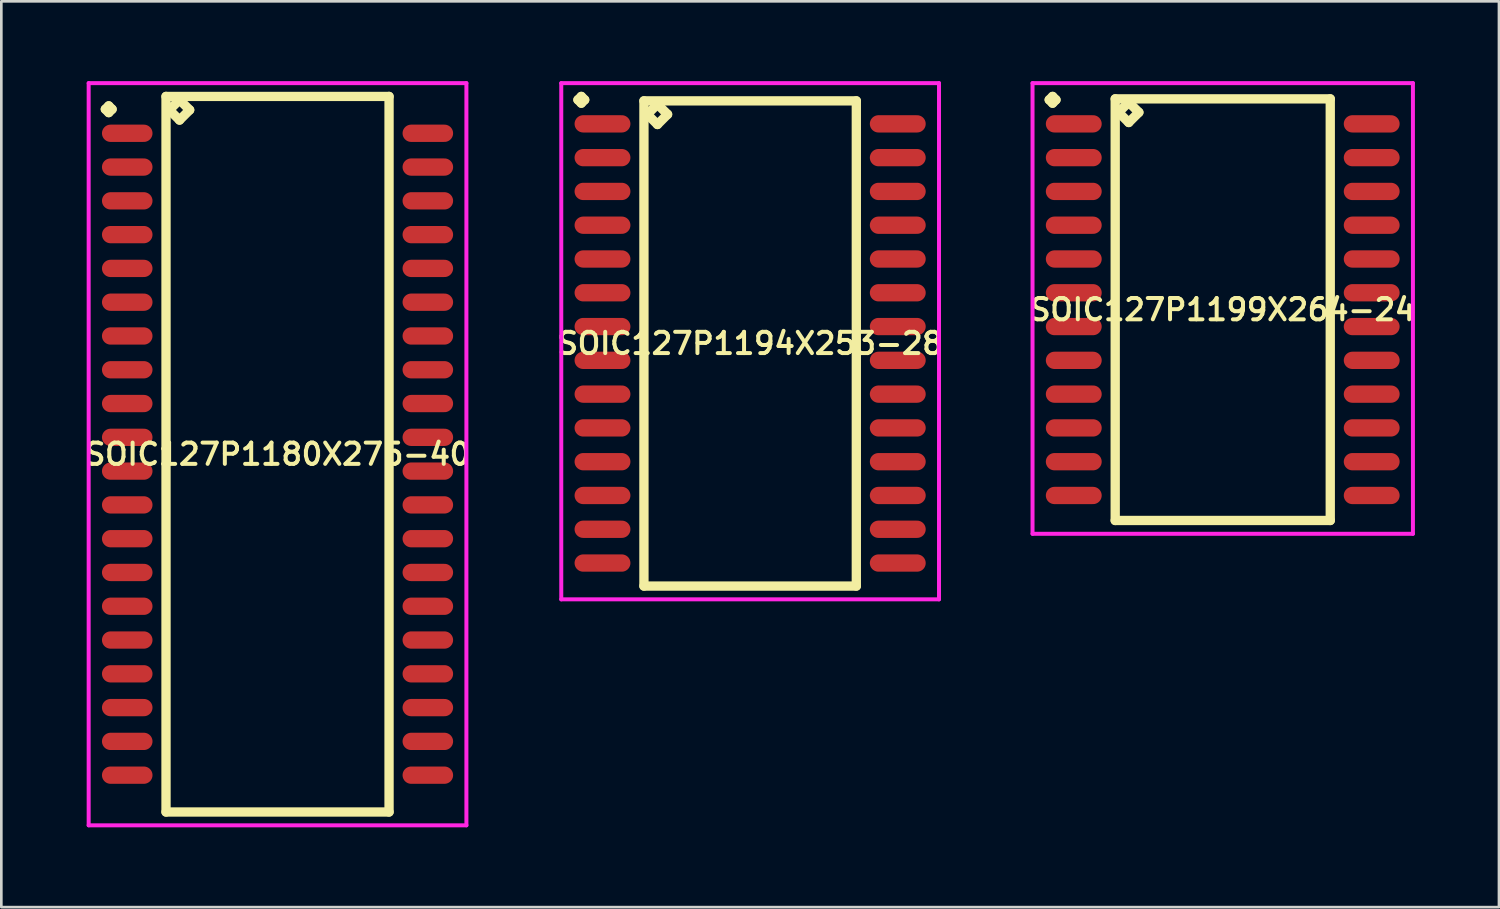
<source format=kicad_pcb>
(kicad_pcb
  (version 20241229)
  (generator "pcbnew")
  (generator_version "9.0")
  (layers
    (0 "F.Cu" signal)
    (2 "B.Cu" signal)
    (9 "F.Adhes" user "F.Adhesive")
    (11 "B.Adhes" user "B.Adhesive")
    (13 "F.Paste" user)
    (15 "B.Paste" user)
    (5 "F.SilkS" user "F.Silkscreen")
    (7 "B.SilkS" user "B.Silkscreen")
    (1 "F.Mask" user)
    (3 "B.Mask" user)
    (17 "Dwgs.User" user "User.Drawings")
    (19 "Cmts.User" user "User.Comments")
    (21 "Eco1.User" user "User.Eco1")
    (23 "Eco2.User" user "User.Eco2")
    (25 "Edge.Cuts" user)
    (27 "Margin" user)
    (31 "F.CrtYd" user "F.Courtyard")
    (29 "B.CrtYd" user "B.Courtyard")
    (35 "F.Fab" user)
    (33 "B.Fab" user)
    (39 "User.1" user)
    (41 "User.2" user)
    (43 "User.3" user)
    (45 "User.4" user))
  (footprint "SOIC127P1194X253-28"
    (layer "F.Cu")
    (at 25.149 9.861)
    (property "Reference" "SOIC127P1194X253-28" (at 0 0 0) (layer "F.SilkS") (effects (font (size 0.8 0.8) (thickness 0.15))))
    (attr smd)
    (fp_line (start -6.473 -9.159) (end -6.346 -9.286) (stroke (width 0.35) (type solid)) (layer "F.SilkS"))
    (fp_line (start -6.346 -9.286) (end -6.219 -9.159) (stroke (width 0.35) (type solid)) (layer "F.SilkS"))
    (fp_line (start -6.346 -9.032) (end -6.473 -9.159) (stroke (width 0.35) (type solid)) (layer "F.SilkS"))
    (fp_line (start -6.219 -9.159) (end -6.346 -9.032) (stroke (width 0.35) (type solid)) (layer "F.SilkS"))
    (fp_line (start -3.992 -9.12) (end -3.992 9.12) (stroke (width 0.35) (type solid)) (layer "F.SilkS"))
    (fp_line (start -3.992 9.12) (end 3.992 9.12) (stroke (width 0.35) (type solid)) (layer "F.SilkS"))
    (fp_line (start -3.865 -8.612) (end -3.484 -8.993) (stroke (width 0.35) (type solid)) (layer "F.SilkS"))
    (fp_line (start -3.484 -8.993) (end -3.103 -8.612) (stroke (width 0.35) (type solid)) (layer "F.SilkS"))
    (fp_line (start -3.484 -8.231) (end -3.865 -8.612) (stroke (width 0.35) (type solid)) (layer "F.SilkS"))
    (fp_line (start -3.103 -8.612) (end -3.484 -8.231) (stroke (width 0.35) (type solid)) (layer "F.SilkS"))
    (fp_line (start 3.992 -9.12) (end -3.992 -9.12) (stroke (width 0.35) (type solid)) (layer "F.SilkS"))
    (fp_line (start 3.992 9.12) (end 3.992 -9.12) (stroke (width 0.35) (type solid)) (layer "F.SilkS"))
    (fp_line (start -7.1 -9.786) (end 7.1 -9.786) (stroke (width 0.15) (type solid)) (layer "F.CrtYd"))
    (fp_line (start -7.1 9.62) (end -7.1 -9.786) (stroke (width 0.15) (type solid)) (layer "F.CrtYd"))
    (fp_line (start 7.1 -9.786) (end 7.1 9.62) (stroke (width 0.15) (type solid)) (layer "F.CrtYd"))
    (fp_line (start 7.1 9.62) (end -7.1 9.62) (stroke (width 0.15) (type solid)) (layer "F.CrtYd"))
    (pad "1" smd oval (at -5.55 -8.255) (size 2.1 0.65) (layers "F.Cu" "F.Mask" "F.Paste"))
    (pad "2" smd oval (at -5.55 -6.985) (size 2.1 0.65) (layers "F.Cu" "F.Mask" "F.Paste"))
    (pad "3" smd oval (at -5.55 -5.715) (size 2.1 0.65) (layers "F.Cu" "F.Mask" "F.Paste"))
    (pad "4" smd oval (at -5.55 -4.445) (size 2.1 0.65) (layers "F.Cu" "F.Mask" "F.Paste"))
    (pad "5" smd oval (at -5.55 -3.175) (size 2.1 0.65) (layers "F.Cu" "F.Mask" "F.Paste"))
    (pad "6" smd oval (at -5.55 -1.905) (size 2.1 0.65) (layers "F.Cu" "F.Mask" "F.Paste"))
    (pad "7" smd oval (at -5.55 -0.635) (size 2.1 0.65) (layers "F.Cu" "F.Mask" "F.Paste"))
    (pad "8" smd oval (at -5.55 0.635) (size 2.1 0.65) (layers "F.Cu" "F.Mask" "F.Paste"))
    (pad "9" smd oval (at -5.55 1.905) (size 2.1 0.65) (layers "F.Cu" "F.Mask" "F.Paste"))
    (pad "10" smd oval (at -5.55 3.175) (size 2.1 0.65) (layers "F.Cu" "F.Mask" "F.Paste"))
    (pad "11" smd oval (at -5.55 4.445) (size 2.1 0.65) (layers "F.Cu" "F.Mask" "F.Paste"))
    (pad "12" smd oval (at -5.55 5.715) (size 2.1 0.65) (layers "F.Cu" "F.Mask" "F.Paste"))
    (pad "13" smd oval (at -5.55 6.985) (size 2.1 0.65) (layers "F.Cu" "F.Mask" "F.Paste"))
    (pad "14" smd oval (at -5.55 8.255) (size 2.1 0.65) (layers "F.Cu" "F.Mask" "F.Paste"))
    (pad "15" smd oval (at 5.55 8.255) (size 2.1 0.65) (layers "F.Cu" "F.Mask" "F.Paste"))
    (pad "16" smd oval (at 5.55 6.985) (size 2.1 0.65) (layers "F.Cu" "F.Mask" "F.Paste"))
    (pad "17" smd oval (at 5.55 5.715) (size 2.1 0.65) (layers "F.Cu" "F.Mask" "F.Paste"))
    (pad "18" smd oval (at 5.55 4.445) (size 2.1 0.65) (layers "F.Cu" "F.Mask" "F.Paste"))
    (pad "19" smd oval (at 5.55 3.175) (size 2.1 0.65) (layers "F.Cu" "F.Mask" "F.Paste"))
    (pad "20" smd oval (at 5.55 1.905) (size 2.1 0.65) (layers "F.Cu" "F.Mask" "F.Paste"))
    (pad "21" smd oval (at 5.55 0.635) (size 2.1 0.65) (layers "F.Cu" "F.Mask" "F.Paste"))
    (pad "22" smd oval (at 5.55 -0.635) (size 2.1 0.65) (layers "F.Cu" "F.Mask" "F.Paste"))
    (pad "23" smd oval (at 5.55 -1.905) (size 2.1 0.65) (layers "F.Cu" "F.Mask" "F.Paste"))
    (pad "24" smd oval (at 5.55 -3.175) (size 2.1 0.65) (layers "F.Cu" "F.Mask" "F.Paste"))
    (pad "25" smd oval (at 5.55 -4.445) (size 2.1 0.65) (layers "F.Cu" "F.Mask" "F.Paste"))
    (pad "26" smd oval (at 5.55 -5.715) (size 2.1 0.65) (layers "F.Cu" "F.Mask" "F.Paste"))
    (pad "27" smd oval (at 5.55 -6.985) (size 2.1 0.65) (layers "F.Cu" "F.Mask" "F.Paste"))
    (pad "28" smd oval (at 5.55 -8.255) (size 2.1 0.65) (layers "F.Cu" "F.Mask" "F.Paste")))
  (footprint "SOIC127P1180X275-40"
    (layer "F.Cu")
    (at 7.383 14.025)
    (property "Reference" "SOIC127P1180X275-40" (at 0 0 0) (layer "F.SilkS") (effects (font (size 0.8 0.8) (thickness 0.15))))
    (attr smd)
    (fp_line (start -6.473 -12.969) (end -6.346 -13.096) (stroke (width 0.35) (type solid)) (layer "F.SilkS"))
    (fp_line (start -6.346 -13.096) (end -6.219 -12.969) (stroke (width 0.35) (type solid)) (layer "F.SilkS"))
    (fp_line (start -6.346 -12.842) (end -6.473 -12.969) (stroke (width 0.35) (type solid)) (layer "F.SilkS"))
    (fp_line (start -6.219 -12.969) (end -6.346 -12.842) (stroke (width 0.35) (type solid)) (layer "F.SilkS"))
    (fp_line (start -4.192 -13.45) (end -4.192 13.45) (stroke (width 0.35) (type solid)) (layer "F.SilkS"))
    (fp_line (start -4.192 13.45) (end 4.192 13.45) (stroke (width 0.35) (type solid)) (layer "F.SilkS"))
    (fp_line (start -4.065 -12.942) (end -3.684 -13.323) (stroke (width 0.35) (type solid)) (layer "F.SilkS"))
    (fp_line (start -3.684 -13.323) (end -3.303 -12.942) (stroke (width 0.35) (type solid)) (layer "F.SilkS"))
    (fp_line (start -3.684 -12.561) (end -4.065 -12.942) (stroke (width 0.35) (type solid)) (layer "F.SilkS"))
    (fp_line (start -3.303 -12.942) (end -3.684 -12.561) (stroke (width 0.35) (type solid)) (layer "F.SilkS"))
    (fp_line (start 4.192 -13.45) (end -4.192 -13.45) (stroke (width 0.35) (type solid)) (layer "F.SilkS"))
    (fp_line (start 4.192 13.45) (end 4.192 -13.45) (stroke (width 0.35) (type solid)) (layer "F.SilkS"))
    (fp_line (start -7.1 -13.95) (end 7.1 -13.95) (stroke (width 0.15) (type solid)) (layer "F.CrtYd"))
    (fp_line (start -7.1 13.95) (end -7.1 -13.95) (stroke (width 0.15) (type solid)) (layer "F.CrtYd"))
    (fp_line (start 7.1 -13.95) (end 7.1 13.95) (stroke (width 0.15) (type solid)) (layer "F.CrtYd"))
    (fp_line (start 7.1 13.95) (end -7.1 13.95) (stroke (width 0.15) (type solid)) (layer "F.CrtYd"))
    (pad "1" smd oval (at -5.65 -12.065) (size 1.9 0.65) (layers "F.Cu" "F.Mask" "F.Paste"))
    (pad "2" smd oval (at -5.65 -10.795) (size 1.9 0.65) (layers "F.Cu" "F.Mask" "F.Paste"))
    (pad "3" smd oval (at -5.65 -9.525) (size 1.9 0.65) (layers "F.Cu" "F.Mask" "F.Paste"))
    (pad "4" smd oval (at -5.65 -8.255) (size 1.9 0.65) (layers "F.Cu" "F.Mask" "F.Paste"))
    (pad "5" smd oval (at -5.65 -6.985) (size 1.9 0.65) (layers "F.Cu" "F.Mask" "F.Paste"))
    (pad "6" smd oval (at -5.65 -5.715) (size 1.9 0.65) (layers "F.Cu" "F.Mask" "F.Paste"))
    (pad "7" smd oval (at -5.65 -4.445) (size 1.9 0.65) (layers "F.Cu" "F.Mask" "F.Paste"))
    (pad "8" smd oval (at -5.65 -3.175) (size 1.9 0.65) (layers "F.Cu" "F.Mask" "F.Paste"))
    (pad "9" smd oval (at -5.65 -1.905) (size 1.9 0.65) (layers "F.Cu" "F.Mask" "F.Paste"))
    (pad "10" smd oval (at -5.65 -0.635) (size 1.9 0.65) (layers "F.Cu" "F.Mask" "F.Paste"))
    (pad "11" smd oval (at -5.65 0.635) (size 1.9 0.65) (layers "F.Cu" "F.Mask" "F.Paste"))
    (pad "12" smd oval (at -5.65 1.905) (size 1.9 0.65) (layers "F.Cu" "F.Mask" "F.Paste"))
    (pad "13" smd oval (at -5.65 3.175) (size 1.9 0.65) (layers "F.Cu" "F.Mask" "F.Paste"))
    (pad "14" smd oval (at -5.65 4.445) (size 1.9 0.65) (layers "F.Cu" "F.Mask" "F.Paste"))
    (pad "15" smd oval (at -5.65 5.715) (size 1.9 0.65) (layers "F.Cu" "F.Mask" "F.Paste"))
    (pad "16" smd oval (at -5.65 6.985) (size 1.9 0.65) (layers "F.Cu" "F.Mask" "F.Paste"))
    (pad "17" smd oval (at -5.65 8.255) (size 1.9 0.65) (layers "F.Cu" "F.Mask" "F.Paste"))
    (pad "18" smd oval (at -5.65 9.525) (size 1.9 0.65) (layers "F.Cu" "F.Mask" "F.Paste"))
    (pad "19" smd oval (at -5.65 10.795) (size 1.9 0.65) (layers "F.Cu" "F.Mask" "F.Paste"))
    (pad "20" smd oval (at -5.65 12.065) (size 1.9 0.65) (layers "F.Cu" "F.Mask" "F.Paste"))
    (pad "21" smd oval (at 5.65 12.065) (size 1.9 0.65) (layers "F.Cu" "F.Mask" "F.Paste"))
    (pad "22" smd oval (at 5.65 10.795) (size 1.9 0.65) (layers "F.Cu" "F.Mask" "F.Paste"))
    (pad "23" smd oval (at 5.65 9.525) (size 1.9 0.65) (layers "F.Cu" "F.Mask" "F.Paste"))
    (pad "24" smd oval (at 5.65 8.255) (size 1.9 0.65) (layers "F.Cu" "F.Mask" "F.Paste"))
    (pad "25" smd oval (at 5.65 6.985) (size 1.9 0.65) (layers "F.Cu" "F.Mask" "F.Paste"))
    (pad "26" smd oval (at 5.65 5.715) (size 1.9 0.65) (layers "F.Cu" "F.Mask" "F.Paste"))
    (pad "27" smd oval (at 5.65 4.445) (size 1.9 0.65) (layers "F.Cu" "F.Mask" "F.Paste"))
    (pad "28" smd oval (at 5.65 3.175) (size 1.9 0.65) (layers "F.Cu" "F.Mask" "F.Paste"))
    (pad "29" smd oval (at 5.65 1.905) (size 1.9 0.65) (layers "F.Cu" "F.Mask" "F.Paste"))
    (pad "30" smd oval (at 5.65 0.635) (size 1.9 0.65) (layers "F.Cu" "F.Mask" "F.Paste"))
    (pad "31" smd oval (at 5.65 -0.635) (size 1.9 0.65) (layers "F.Cu" "F.Mask" "F.Paste"))
    (pad "32" smd oval (at 5.65 -1.905) (size 1.9 0.65) (layers "F.Cu" "F.Mask" "F.Paste"))
    (pad "33" smd oval (at 5.65 -3.175) (size 1.9 0.65) (layers "F.Cu" "F.Mask" "F.Paste"))
    (pad "34" smd oval (at 5.65 -4.445) (size 1.9 0.65) (layers "F.Cu" "F.Mask" "F.Paste"))
    (pad "35" smd oval (at 5.65 -5.715) (size 1.9 0.65) (layers "F.Cu" "F.Mask" "F.Paste"))
    (pad "36" smd oval (at 5.65 -6.985) (size 1.9 0.65) (layers "F.Cu" "F.Mask" "F.Paste"))
    (pad "37" smd oval (at 5.65 -8.255) (size 1.9 0.65) (layers "F.Cu" "F.Mask" "F.Paste"))
    (pad "38" smd oval (at 5.65 -9.525) (size 1.9 0.65) (layers "F.Cu" "F.Mask" "F.Paste"))
    (pad "39" smd oval (at 5.65 -10.795) (size 1.9 0.65) (layers "F.Cu" "F.Mask" "F.Paste"))
    (pad "40" smd oval (at 5.65 -12.065) (size 1.9 0.65) (layers "F.Cu" "F.Mask" "F.Paste")))
  (footprint "SOIC127P1199X264-24"
    (layer "F.Cu")
    (at 42.915 8.591)
    (property "Reference" "SOIC127P1199X264-24" (at 0 0 0) (layer "F.SilkS") (effects (font (size 0.8 0.8) (thickness 0.15))))
    (attr smd)
    (fp_line (start -6.523 -7.889) (end -6.396 -8.016) (stroke (width 0.35) (type solid)) (layer "F.SilkS"))
    (fp_line (start -6.396 -8.016) (end -6.269 -7.889) (stroke (width 0.35) (type solid)) (layer "F.SilkS"))
    (fp_line (start -6.396 -7.762) (end -6.523 -7.889) (stroke (width 0.35) (type solid)) (layer "F.SilkS"))
    (fp_line (start -6.269 -7.889) (end -6.396 -7.762) (stroke (width 0.35) (type solid)) (layer "F.SilkS"))
    (fp_line (start -4.042 -7.925) (end -4.042 7.925) (stroke (width 0.35) (type solid)) (layer "F.SilkS"))
    (fp_line (start -4.042 7.925) (end 4.042 7.925) (stroke (width 0.35) (type solid)) (layer "F.SilkS"))
    (fp_line (start -3.915 -7.417) (end -3.534 -7.798) (stroke (width 0.35) (type solid)) (layer "F.SilkS"))
    (fp_line (start -3.534 -7.798) (end -3.153 -7.417) (stroke (width 0.35) (type solid)) (layer "F.SilkS"))
    (fp_line (start -3.534 -7.036) (end -3.915 -7.417) (stroke (width 0.35) (type solid)) (layer "F.SilkS"))
    (fp_line (start -3.153 -7.417) (end -3.534 -7.036) (stroke (width 0.35) (type solid)) (layer "F.SilkS"))
    (fp_line (start 4.042 -7.925) (end -4.042 -7.925) (stroke (width 0.35) (type solid)) (layer "F.SilkS"))
    (fp_line (start 4.042 7.925) (end 4.042 -7.925) (stroke (width 0.35) (type solid)) (layer "F.SilkS"))
    (fp_line (start -7.15 -8.516) (end 7.15 -8.516) (stroke (width 0.15) (type solid)) (layer "F.CrtYd"))
    (fp_line (start -7.15 8.425) (end -7.15 -8.516) (stroke (width 0.15) (type solid)) (layer "F.CrtYd"))
    (fp_line (start 7.15 -8.516) (end 7.15 8.425) (stroke (width 0.15) (type solid)) (layer "F.CrtYd"))
    (fp_line (start 7.15 8.425) (end -7.15 8.425) (stroke (width 0.15) (type solid)) (layer "F.CrtYd"))
    (pad "1" smd oval (at -5.6 -6.985) (size 2.1 0.65) (layers "F.Cu" "F.Mask" "F.Paste"))
    (pad "2" smd oval (at -5.6 -5.715) (size 2.1 0.65) (layers "F.Cu" "F.Mask" "F.Paste"))
    (pad "3" smd oval (at -5.6 -4.445) (size 2.1 0.65) (layers "F.Cu" "F.Mask" "F.Paste"))
    (pad "4" smd oval (at -5.6 -3.175) (size 2.1 0.65) (layers "F.Cu" "F.Mask" "F.Paste"))
    (pad "5" smd oval (at -5.6 -1.905) (size 2.1 0.65) (layers "F.Cu" "F.Mask" "F.Paste"))
    (pad "6" smd oval (at -5.6 -0.635) (size 2.1 0.65) (layers "F.Cu" "F.Mask" "F.Paste"))
    (pad "7" smd oval (at -5.6 0.635) (size 2.1 0.65) (layers "F.Cu" "F.Mask" "F.Paste"))
    (pad "8" smd oval (at -5.6 1.905) (size 2.1 0.65) (layers "F.Cu" "F.Mask" "F.Paste"))
    (pad "9" smd oval (at -5.6 3.175) (size 2.1 0.65) (layers "F.Cu" "F.Mask" "F.Paste"))
    (pad "10" smd oval (at -5.6 4.445) (size 2.1 0.65) (layers "F.Cu" "F.Mask" "F.Paste"))
    (pad "11" smd oval (at -5.6 5.715) (size 2.1 0.65) (layers "F.Cu" "F.Mask" "F.Paste"))
    (pad "12" smd oval (at -5.6 6.985) (size 2.1 0.65) (layers "F.Cu" "F.Mask" "F.Paste"))
    (pad "13" smd oval (at 5.6 6.985) (size 2.1 0.65) (layers "F.Cu" "F.Mask" "F.Paste"))
    (pad "14" smd oval (at 5.6 5.715) (size 2.1 0.65) (layers "F.Cu" "F.Mask" "F.Paste"))
    (pad "15" smd oval (at 5.6 4.445) (size 2.1 0.65) (layers "F.Cu" "F.Mask" "F.Paste"))
    (pad "16" smd oval (at 5.6 3.175) (size 2.1 0.65) (layers "F.Cu" "F.Mask" "F.Paste"))
    (pad "17" smd oval (at 5.6 1.905) (size 2.1 0.65) (layers "F.Cu" "F.Mask" "F.Paste"))
    (pad "18" smd oval (at 5.6 0.635) (size 2.1 0.65) (layers "F.Cu" "F.Mask" "F.Paste"))
    (pad "19" smd oval (at 5.6 -0.635) (size 2.1 0.65) (layers "F.Cu" "F.Mask" "F.Paste"))
    (pad "20" smd oval (at 5.6 -1.905) (size 2.1 0.65) (layers "F.Cu" "F.Mask" "F.Paste"))
    (pad "21" smd oval (at 5.6 -3.175) (size 2.1 0.65) (layers "F.Cu" "F.Mask" "F.Paste"))
    (pad "22" smd oval (at 5.6 -4.445) (size 2.1 0.65) (layers "F.Cu" "F.Mask" "F.Paste"))
    (pad "23" smd oval (at 5.6 -5.715) (size 2.1 0.65) (layers "F.Cu" "F.Mask" "F.Paste"))
    (pad "24" smd oval (at 5.6 -6.985) (size 2.1 0.65) (layers "F.Cu" "F.Mask" "F.Paste")))
  (gr_rect
    (start -3 -3)
    (end 53.299 31.05)
    (stroke (width 0.1) (type default))
    (fill no)
    (layer "Edge.Cuts")))
</source>
